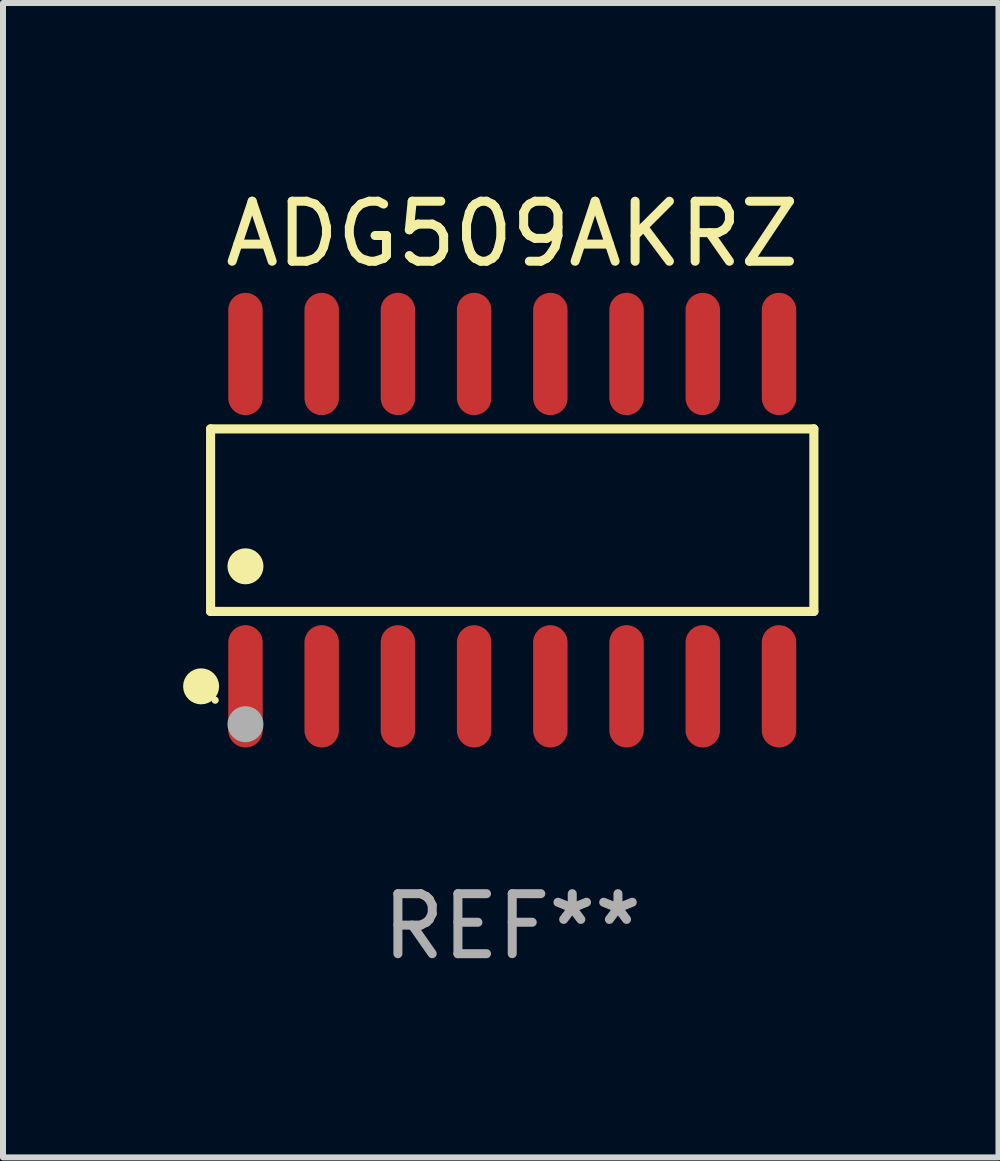
<source format=kicad_pcb>
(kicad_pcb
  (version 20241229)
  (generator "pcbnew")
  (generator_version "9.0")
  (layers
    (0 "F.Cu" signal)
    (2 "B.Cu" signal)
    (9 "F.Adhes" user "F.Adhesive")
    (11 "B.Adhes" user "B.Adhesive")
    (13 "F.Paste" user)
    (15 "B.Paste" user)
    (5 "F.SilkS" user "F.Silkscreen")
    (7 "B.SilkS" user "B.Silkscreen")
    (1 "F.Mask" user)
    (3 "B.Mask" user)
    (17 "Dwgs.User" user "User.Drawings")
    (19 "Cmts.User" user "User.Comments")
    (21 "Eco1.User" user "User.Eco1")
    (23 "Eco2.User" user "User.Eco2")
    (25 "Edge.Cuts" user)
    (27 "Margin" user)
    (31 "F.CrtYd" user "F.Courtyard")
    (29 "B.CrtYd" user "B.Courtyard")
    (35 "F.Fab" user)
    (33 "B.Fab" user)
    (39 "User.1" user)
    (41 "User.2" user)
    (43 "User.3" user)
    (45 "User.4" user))
  (footprint "ADG509AKRZ"
    (layer "F.Cu")
    (at 5.485 5.617)
    (property "Reference" "ADG509AKRZ" (at 0 -4.769 0) (layer "F.SilkS") (effects (font (size 1 1) (thickness 0.15))))
    (attr through_hole)
    (fp_line (start -5.026 -1.521) (end 5.026 -1.521) (stroke (width 0.152) (type solid)) (layer "F.SilkS"))
    (fp_line (start -5.026 1.521) (end -5.026 -1.521) (stroke (width 0.152) (type solid)) (layer "F.SilkS"))
    (fp_line (start 5.026 -1.521) (end 5.026 1.521) (stroke (width 0.152) (type solid)) (layer "F.SilkS"))
    (fp_line (start 5.026 1.521) (end -5.026 1.521) (stroke (width 0.152) (type solid)) (layer "F.SilkS"))
    (fp_circle (center -5.184 2.769) (end -5.034 2.769) (stroke (width 0.3) (type solid)) (fill no) (layer "F.SilkS"))
    (fp_circle (center -4.95 3) (end -4.92 3) (stroke (width 0.06) (type solid)) (fill no) (layer "F.SilkS"))
    (fp_circle (center -4.445 0.769) (end -4.295 0.769) (stroke (width 0.3) (type solid)) (fill no) (layer "F.SilkS"))
    (fp_circle (center -4.445 3.4) (end -4.295 3.4) (stroke (width 0.3) (type solid)) (fill no) (layer "F.Fab"))
    (fp_text user "REF**" (at 0 6.769 0) (layer "F.Fab") (effects (font (size 1 1) (thickness 0.15))))
    (pad "1" smd oval (at -4.445 2.769) (size 0.574 2.038) (layers "F.Cu" "F.Mask" "F.Paste"))
    (pad "2" smd oval (at -3.175 2.769) (size 0.574 2.038) (layers "F.Cu" "F.Mask" "F.Paste"))
    (pad "3" smd oval (at -1.905 2.769) (size 0.574 2.038) (layers "F.Cu" "F.Mask" "F.Paste"))
    (pad "4" smd oval (at -0.635 2.769) (size 0.574 2.038) (layers "F.Cu" "F.Mask" "F.Paste"))
    (pad "5" smd oval (at 0.635 2.769) (size 0.574 2.038) (layers "F.Cu" "F.Mask" "F.Paste"))
    (pad "6" smd oval (at 1.905 2.769) (size 0.574 2.038) (layers "F.Cu" "F.Mask" "F.Paste"))
    (pad "7" smd oval (at 3.175 2.769) (size 0.574 2.038) (layers "F.Cu" "F.Mask" "F.Paste"))
    (pad "8" smd oval (at 4.445 2.769) (size 0.574 2.038) (layers "F.Cu" "F.Mask" "F.Paste"))
    (pad "9" smd oval (at 4.445 -2.769) (size 0.574 2.038) (layers "F.Cu" "F.Mask" "F.Paste"))
    (pad "10" smd oval (at 3.175 -2.769) (size 0.574 2.038) (layers "F.Cu" "F.Mask" "F.Paste"))
    (pad "11" smd oval (at 1.905 -2.769) (size 0.574 2.038) (layers "F.Cu" "F.Mask" "F.Paste"))
    (pad "12" smd oval (at 0.635 -2.769) (size 0.574 2.038) (layers "F.Cu" "F.Mask" "F.Paste"))
    (pad "13" smd oval (at -0.635 -2.769) (size 0.574 2.038) (layers "F.Cu" "F.Mask" "F.Paste"))
    (pad "14" smd oval (at -1.905 -2.769) (size 0.574 2.038) (layers "F.Cu" "F.Mask" "F.Paste"))
    (pad "15" smd oval (at -3.175 -2.769) (size 0.574 2.038) (layers "F.Cu" "F.Mask" "F.Paste"))
    (pad "16" smd oval (at -4.445 -2.769) (size 0.574 2.038) (layers "F.Cu" "F.Mask" "F.Paste")))
  (gr_rect
    (start -3 -3)
    (end 13.587 16.235)
    (stroke (width 0.1) (type default))
    (fill no)
    (layer "Edge.Cuts")))
</source>
